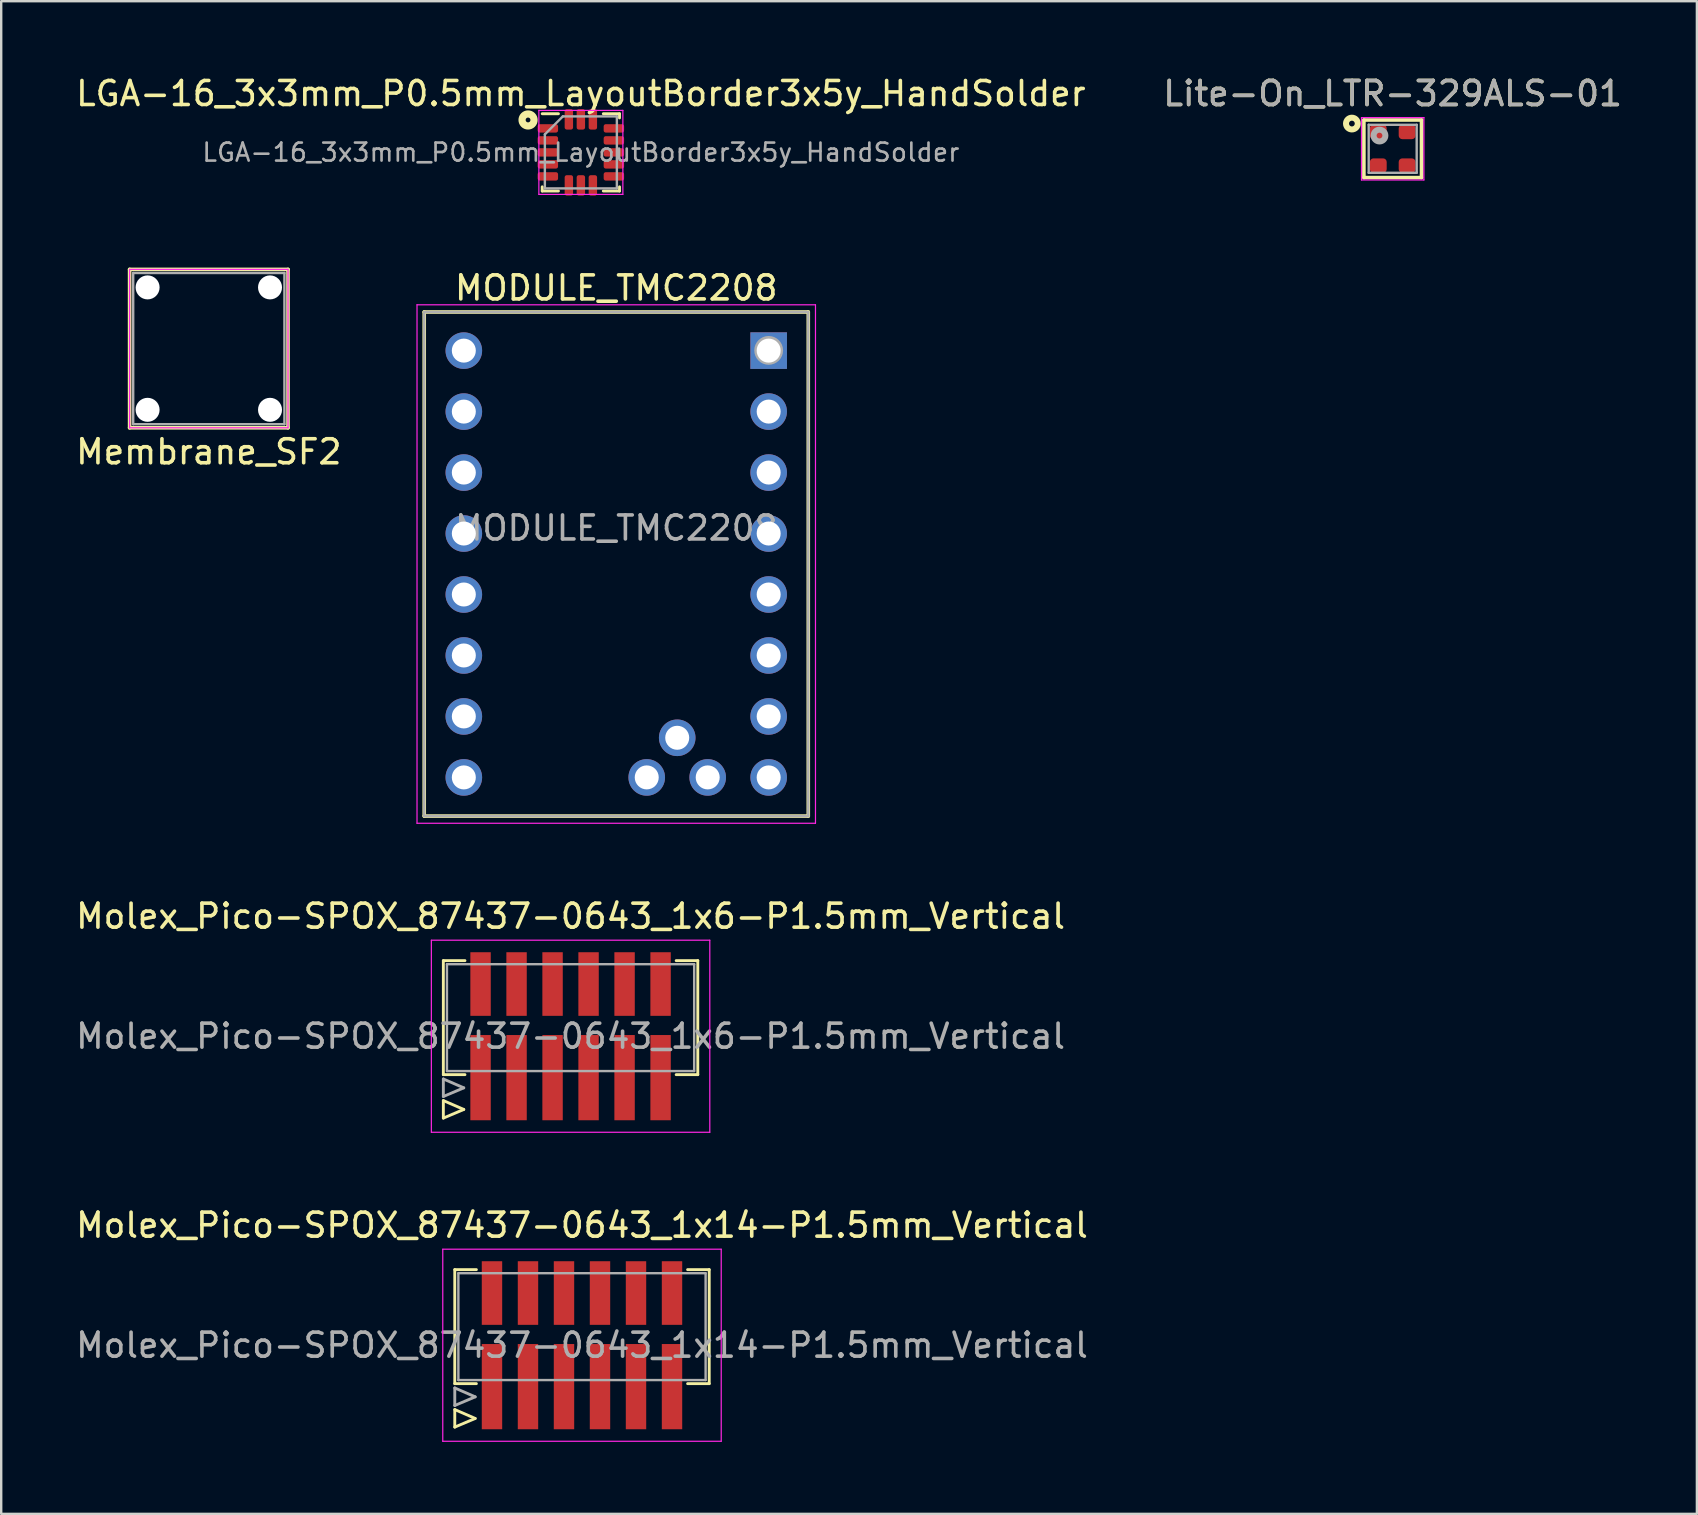
<source format=kicad_pcb>
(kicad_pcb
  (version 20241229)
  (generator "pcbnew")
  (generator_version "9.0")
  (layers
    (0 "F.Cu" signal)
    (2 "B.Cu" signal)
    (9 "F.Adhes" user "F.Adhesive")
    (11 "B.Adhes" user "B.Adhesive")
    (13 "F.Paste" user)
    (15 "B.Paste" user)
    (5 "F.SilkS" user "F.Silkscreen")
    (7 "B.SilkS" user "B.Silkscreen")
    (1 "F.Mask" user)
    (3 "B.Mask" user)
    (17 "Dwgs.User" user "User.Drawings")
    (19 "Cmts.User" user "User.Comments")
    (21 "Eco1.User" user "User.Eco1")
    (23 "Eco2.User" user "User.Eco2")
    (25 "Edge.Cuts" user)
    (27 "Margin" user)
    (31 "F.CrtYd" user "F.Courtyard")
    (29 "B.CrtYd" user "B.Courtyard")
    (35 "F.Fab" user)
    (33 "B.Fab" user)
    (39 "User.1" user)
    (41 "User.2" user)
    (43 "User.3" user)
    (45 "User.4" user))
  (footprint "Lite-On_LTR-329ALS-01"
    (layer "F.Cu")
    (at 54.97 3.148)
    (property "Reference" "Lite-On_LTR-329ALS-01" (at 0 -2.3 0) (layer "F.SilkS") (effects (font (size 1 1) (thickness 0.15))))
    (attr smd)
    (fp_line (start -1.2 -1.2) (end -1.2 1.2) (stroke (width 0.15) (type solid)) (layer "F.SilkS"))
    (fp_line (start -1.2 1.2) (end 1.2 1.2) (stroke (width 0.15) (type solid)) (layer "F.SilkS"))
    (fp_line (start 1.2 -1.2) (end -1.2 -1.2) (stroke (width 0.15) (type solid)) (layer "F.SilkS"))
    (fp_line (start 1.2 -1.2) (end 1.2 1.2) (stroke (width 0.15) (type solid)) (layer "F.SilkS"))
    (fp_circle (center -1.7 -1.05) (end -1.58 -1.05) (stroke (width 0.25) (type solid)) (fill no) (layer "F.SilkS"))
    (fp_line (start -1.3 -1.3) (end -1.3 1.3) (stroke (width 0.05) (type solid)) (layer "F.CrtYd"))
    (fp_line (start -1.3 1.3) (end 1.3 1.3) (stroke (width 0.05) (type solid)) (layer "F.CrtYd"))
    (fp_line (start 1.3 -1.3) (end -1.3 -1.3) (stroke (width 0.05) (type solid)) (layer "F.CrtYd"))
    (fp_line (start 1.3 1.3) (end 1.3 -1.3) (stroke (width 0.05) (type solid)) (layer "F.CrtYd"))
    (fp_line (start -1 -1) (end 1 -1) (stroke (width 0.1) (type solid)) (layer "F.Fab"))
    (fp_line (start -1 1) (end -1 -1) (stroke (width 0.1) (type solid)) (layer "F.Fab"))
    (fp_line (start 1 -1) (end 1 1) (stroke (width 0.1) (type solid)) (layer "F.Fab"))
    (fp_line (start 1 1) (end -1 1) (stroke (width 0.1) (type solid)) (layer "F.Fab"))
    (fp_circle (center -0.55 -0.55) (end -0.43 -0.55) (stroke (width 0.25) (type solid)) (fill no) (layer "F.Fab"))
    (fp_text user "${REFERENCE}" (at 0 -2.3 0) (layer "F.Fab") (effects (font (size 1 1) (thickness 0.15))))
    (pad "1" smd roundrect (at -0.6 -0.7) (size 0.7 0.6) (layers "F.Cu" "F.Mask" "F.Paste") (roundrect_rratio 0.25))
    (pad "2" smd roundrect (at -0.6 0.7) (size 0.7 0.6) (layers "F.Cu" "F.Mask" "F.Paste") (roundrect_rratio 0.25))
    (pad "3" smd roundrect (at 0.6 0.7) (size 0.7 0.6) (layers "F.Cu" "F.Mask" "F.Paste") (roundrect_rratio 0.25))
    (pad "4" smd roundrect (at 0.6 -0.7) (size 0.7 0.6) (layers "F.Cu" "F.Mask" "F.Paste") (roundrect_rratio 0.25)))
  (footprint "Membrane_SF2"
    (layer "F.Cu")
    (at 5.649 11.473)
    (property "Reference" "Membrane_SF2" (at 0 4.3 0) (layer "F.SilkS") (effects (font (size 1 1) (thickness 0.15))))
    (attr exclude_from_pos_files exclude_from_bom)
    (fp_line (start -3.3 3.3) (end -3.3 -3.3) (stroke (width 0.15) (type solid)) (layer "F.SilkS"))
    (fp_line (start 3.3 -3.3) (end -3.3 -3.3) (stroke (width 0.15) (type solid)) (layer "F.SilkS"))
    (fp_line (start 3.3 3.3) (end -3.3 3.3) (stroke (width 0.15) (type solid)) (layer "F.SilkS"))
    (fp_line (start 3.3 3.3) (end 3.3 -3.3) (stroke (width 0.15) (type solid)) (layer "F.SilkS"))
    (fp_line (start -3.3 -3.3) (end 3.3 -3.3) (stroke (width 0.05) (type solid)) (layer "F.CrtYd"))
    (fp_line (start -3.3 3.3) (end -3.3 -3.3) (stroke (width 0.05) (type solid)) (layer "F.CrtYd"))
    (fp_line (start 3.3 -3.3) (end 3.3 3.3) (stroke (width 0.05) (type solid)) (layer "F.CrtYd"))
    (fp_line (start 3.3 3.3) (end -3.3 3.3) (stroke (width 0.05) (type solid)) (layer "F.CrtYd"))
    (fp_line (start -3.15 -3.15) (end -3.15 3.15) (stroke (width 0.1) (type solid)) (layer "F.Fab"))
    (fp_line (start -3.15 3.15) (end 3.15 3.15) (stroke (width 0.1) (type solid)) (layer "F.Fab"))
    (fp_line (start 3.15 -3.15) (end -3.15 -3.15) (stroke (width 0.1) (type solid)) (layer "F.Fab"))
    (fp_line (start 3.15 3.15) (end 3.15 -3.15) (stroke (width 0.1) (type solid)) (layer "F.Fab"))
    (pad "" np_thru_hole circle (at -2.55 -2.55) (size 1 1) (drill 1) (layers "*.Cu" "*.Mask"))
    (pad "" np_thru_hole circle (at -2.55 2.55) (size 1 1) (drill 1) (layers "*.Cu" "*.Mask"))
    (pad "" np_thru_hole circle (at 2.55 -2.55) (size 1 1) (drill 1) (layers "*.Cu" "*.Mask"))
    (pad "" np_thru_hole circle (at 2.55 2.55) (size 1 1) (drill 1) (layers "*.Cu" "*.Mask")))
  (footprint "LGA-16_3x3mm_P0.5mm_LayoutBorder3x5y_HandSolder"
    (layer "F.Cu")
    (at 21.149 3.298)
    (property "Reference" "LGA-16_3x3mm_P0.5mm_LayoutBorder3x5y_HandSolder" (at 0 -2.45 0) (layer "F.SilkS") (effects (font (size 1 1) (thickness 0.15))))
    (attr smd)
    (fp_line (start -1.61 1.61) (end -1.61 1.435) (stroke (width 0.12) (type solid)) (layer "F.SilkS"))
    (fp_line (start -0.935 -1.61) (end -1.61 -1.61) (stroke (width 0.12) (type solid)) (layer "F.SilkS"))
    (fp_line (start -0.935 1.61) (end -1.61 1.61) (stroke (width 0.12) (type solid)) (layer "F.SilkS"))
    (fp_line (start 0.935 -1.61) (end 1.61 -1.61) (stroke (width 0.12) (type solid)) (layer "F.SilkS"))
    (fp_line (start 0.935 1.61) (end 1.61 1.61) (stroke (width 0.12) (type solid)) (layer "F.SilkS"))
    (fp_line (start 1.61 -1.61) (end 1.61 -1.435) (stroke (width 0.12) (type solid)) (layer "F.SilkS"))
    (fp_line (start 1.61 1.61) (end 1.61 1.435) (stroke (width 0.12) (type solid)) (layer "F.SilkS"))
    (fp_circle (center -2.2 -1.35) (end -2.1 -1.35) (stroke (width 0.3) (type solid)) (fill no) (layer "F.SilkS"))
    (fp_line (start -1.75 -1.75) (end -1.75 1.75) (stroke (width 0.05) (type solid)) (layer "F.CrtYd"))
    (fp_line (start -1.75 1.75) (end 1.75 1.75) (stroke (width 0.05) (type solid)) (layer "F.CrtYd"))
    (fp_line (start 1.75 -1.75) (end -1.75 -1.75) (stroke (width 0.05) (type solid)) (layer "F.CrtYd"))
    (fp_line (start 1.75 1.75) (end 1.75 -1.75) (stroke (width 0.05) (type solid)) (layer "F.CrtYd"))
    (fp_line (start -1.5 -0.75) (end -0.75 -1.5) (stroke (width 0.1) (type solid)) (layer "F.Fab"))
    (fp_line (start -1.5 1.5) (end -1.5 -0.75) (stroke (width 0.1) (type solid)) (layer "F.Fab"))
    (fp_line (start -0.75 -1.5) (end 1.5 -1.5) (stroke (width 0.1) (type solid)) (layer "F.Fab"))
    (fp_line (start 1.5 -1.5) (end 1.5 1.5) (stroke (width 0.1) (type solid)) (layer "F.Fab"))
    (fp_line (start 1.5 1.5) (end -1.5 1.5) (stroke (width 0.1) (type solid)) (layer "F.Fab"))
    (fp_text user "${REFERENCE}" (at 0 0 0) (layer "F.Fab") (effects (font (size 0.75 0.75) (thickness 0.11))))
    (pad "1" smd roundrect (at -1.375 -1) (size 0.85 0.35) (layers "F.Cu" "F.Mask" "F.Paste") (roundrect_rratio 0.25))
    (pad "2" smd roundrect (at -1.375 -0.5) (size 0.85 0.35) (layers "F.Cu" "F.Mask" "F.Paste") (roundrect_rratio 0.25))
    (pad "3" smd roundrect (at -1.375 0) (size 0.85 0.35) (layers "F.Cu" "F.Mask" "F.Paste") (roundrect_rratio 0.25))
    (pad "4" smd roundrect (at -1.375 0.5) (size 0.85 0.35) (layers "F.Cu" "F.Mask" "F.Paste") (roundrect_rratio 0.25))
    (pad "5" smd roundrect (at -1.375 1) (size 0.85 0.35) (layers "F.Cu" "F.Mask" "F.Paste") (roundrect_rratio 0.25))
    (pad "6" smd roundrect (at -0.5 1.375) (size 0.35 0.85) (layers "F.Cu" "F.Mask" "F.Paste") (roundrect_rratio 0.25))
    (pad "7" smd roundrect (at 0 1.375) (size 0.35 0.85) (layers "F.Cu" "F.Mask" "F.Paste") (roundrect_rratio 0.25))
    (pad "8" smd roundrect (at 0.5 1.375) (size 0.35 0.85) (layers "F.Cu" "F.Mask" "F.Paste") (roundrect_rratio 0.25))
    (pad "9" smd roundrect (at 1.375 1) (size 0.85 0.35) (layers "F.Cu" "F.Mask" "F.Paste") (roundrect_rratio 0.25))
    (pad "10" smd roundrect (at 1.375 0.5) (size 0.85 0.35) (layers "F.Cu" "F.Mask" "F.Paste") (roundrect_rratio 0.25))
    (pad "11" smd roundrect (at 1.375 0) (size 0.85 0.35) (layers "F.Cu" "F.Mask" "F.Paste") (roundrect_rratio 0.25))
    (pad "12" smd roundrect (at 1.375 -0.5) (size 0.85 0.35) (layers "F.Cu" "F.Mask" "F.Paste") (roundrect_rratio 0.25))
    (pad "13" smd roundrect (at 1.375 -1) (size 0.85 0.35) (layers "F.Cu" "F.Mask" "F.Paste") (roundrect_rratio 0.25))
    (pad "14" smd roundrect (at 0.5 -1.375) (size 0.35 0.85) (layers "F.Cu" "F.Mask" "F.Paste") (roundrect_rratio 0.25))
    (pad "15" smd roundrect (at 0 -1.375) (size 0.35 0.85) (layers "F.Cu" "F.Mask" "F.Paste") (roundrect_rratio 0.25))
    (pad "16" smd roundrect (at -0.5 -1.375) (size 0.35 0.85) (layers "F.Cu" "F.Mask" "F.Paste") (roundrect_rratio 0.25)))
  (footprint "Molex_Pico-SPOX_87437-0643_1x6-P1.5mm_Vertical"
    (layer "F.Cu")
    (at 20.72 40.12)
    (property "Reference" "Molex_Pico-SPOX_87437-0643_1x6-P1.5mm_Vertical" (at 0 -5 0) (layer "F.SilkS") (effects (font (size 1 1) (thickness 0.15))))
    (attr smd)
    (fp_line (start -5.3 -3.15) (end -4.4 -3.15) (stroke (width 0.12) (type solid)) (layer "F.SilkS"))
    (fp_line (start -5.3 1.6) (end -5.3 -3.15) (stroke (width 0.12) (type solid)) (layer "F.SilkS"))
    (fp_line (start -5.3 2.68) (end -5.3 3.41) (stroke (width 0.12) (type solid)) (layer "F.SilkS"))
    (fp_line (start -5.3 3.41) (end -4.45 3.05) (stroke (width 0.12) (type solid)) (layer "F.SilkS"))
    (fp_line (start -4.45 3.05) (end -5.3 2.68) (stroke (width 0.12) (type solid)) (layer "F.SilkS"))
    (fp_line (start -4.4 1.6) (end -5.3 1.6) (stroke (width 0.12) (type solid)) (layer "F.SilkS"))
    (fp_line (start 5.3 -3.15) (end 4.4 -3.15) (stroke (width 0.12) (type solid)) (layer "F.SilkS"))
    (fp_line (start 5.3 -3.15) (end 5.3 1.6) (stroke (width 0.12) (type solid)) (layer "F.SilkS"))
    (fp_line (start 5.3 1.6) (end 4.4 1.6) (stroke (width 0.12) (type solid)) (layer "F.SilkS"))
    (fp_line (start -5.8 -4) (end 5.8 -4) (stroke (width 0.05) (type solid)) (layer "F.CrtYd"))
    (fp_line (start -5.8 4) (end -5.8 -4) (stroke (width 0.05) (type solid)) (layer "F.CrtYd"))
    (fp_line (start 5.8 -4) (end 5.8 4) (stroke (width 0.05) (type solid)) (layer "F.CrtYd"))
    (fp_line (start 5.8 4) (end -5.8 4) (stroke (width 0.05) (type solid)) (layer "F.CrtYd"))
    (fp_line (start -5.3 1.78) (end -5.3 2.51) (stroke (width 0.12) (type solid)) (layer "F.Fab"))
    (fp_line (start -5.3 2.51) (end -4.45 2.15) (stroke (width 0.12) (type solid)) (layer "F.Fab"))
    (fp_line (start -5.15 -3) (end -5.15 1.45) (stroke (width 0.1) (type solid)) (layer "F.Fab"))
    (fp_line (start -5.15 -3) (end 5.15 -3) (stroke (width 0.1) (type solid)) (layer "F.Fab"))
    (fp_line (start -4.45 2.15) (end -5.3 1.78) (stroke (width 0.12) (type solid)) (layer "F.Fab"))
    (fp_line (start 5.15 -3) (end 5.15 1.45) (stroke (width 0.1) (type solid)) (layer "F.Fab"))
    (fp_line (start 5.15 1.45) (end -5.15 1.45) (stroke (width 0.1) (type solid)) (layer "F.Fab"))
    (fp_text user "${REFERENCE}" (at 0 0 0) (layer "F.Fab") (effects (font (size 1 1) (thickness 0.15))))
    (pad "1" smd rect (at -3.75 -2.175 90) (size 2.65 0.85) (layers "F.Cu" "F.Mask" "F.Paste"))
    (pad "1" smd rect (at -3.75 1.725 90) (size 3.55 0.85) (layers "F.Cu" "F.Mask" "F.Paste"))
    (pad "2" smd rect (at -2.25 -2.175 90) (size 2.65 0.85) (layers "F.Cu" "F.Mask" "F.Paste"))
    (pad "2" smd rect (at -2.25 1.725 90) (size 3.55 0.85) (layers "F.Cu" "F.Mask" "F.Paste"))
    (pad "3" smd rect (at -0.75 -2.175 90) (size 2.65 0.85) (layers "F.Cu" "F.Mask" "F.Paste"))
    (pad "3" smd rect (at -0.75 1.725 90) (size 3.55 0.85) (layers "F.Cu" "F.Mask" "F.Paste"))
    (pad "4" smd rect (at 0.75 -2.175 90) (size 2.65 0.85) (layers "F.Cu" "F.Mask" "F.Paste"))
    (pad "4" smd rect (at 0.75 1.725 90) (size 3.55 0.85) (layers "F.Cu" "F.Mask" "F.Paste"))
    (pad "5" smd rect (at 2.25 -2.175 90) (size 2.65 0.85) (layers "F.Cu" "F.Mask" "F.Paste"))
    (pad "5" smd rect (at 2.25 1.725 90) (size 3.55 0.85) (layers "F.Cu" "F.Mask" "F.Paste"))
    (pad "6" smd rect (at 3.75 -2.175 90) (size 2.65 0.85) (layers "F.Cu" "F.Mask" "F.Paste"))
    (pad "6" smd rect (at 3.75 1.725 90) (size 3.55 0.85) (layers "F.Cu" "F.Mask" "F.Paste")))
  (footprint "MODULE_TMC2208"
    (layer "F.Cu")
    (at 22.623 20.447)
    (property "Reference" "MODULE_TMC2208" (at 0 -11.5 0) (layer "F.SilkS") (effects (font (size 1 1) (thickness 0.15))))
    (attr through_hole)
    (fp_line (start -8 -10.5) (end 8 -10.5) (stroke (width 0.15) (type solid)) (layer "F.SilkS"))
    (fp_line (start -8 10.5) (end -8 -10.5) (stroke (width 0.15) (type solid)) (layer "F.SilkS"))
    (fp_line (start -8 10.5) (end 8 10.5) (stroke (width 0.15) (type solid)) (layer "F.SilkS"))
    (fp_line (start 8 10.5) (end 8 -10.5) (stroke (width 0.15) (type solid)) (layer "F.SilkS"))
    (fp_line (start -8.3 -10.8) (end 8.3 -10.8) (stroke (width 0.05) (type solid)) (layer "F.CrtYd"))
    (fp_line (start -8.3 10.8) (end -8.3 -10.8) (stroke (width 0.05) (type solid)) (layer "F.CrtYd"))
    (fp_line (start 8.3 -10.8) (end 8.3 10.8) (stroke (width 0.05) (type solid)) (layer "F.CrtYd"))
    (fp_line (start 8.3 10.8) (end -8.3 10.8) (stroke (width 0.05) (type solid)) (layer "F.CrtYd"))
    (fp_line (start -8 -10.5) (end -8 10.5) (stroke (width 0.1) (type solid)) (layer "F.Fab"))
    (fp_line (start -8 10.5) (end 8 10.5) (stroke (width 0.1) (type solid)) (layer "F.Fab"))
    (fp_line (start 8 -10.5) (end -8 -10.5) (stroke (width 0.1) (type solid)) (layer "F.Fab"))
    (fp_line (start 8 10.5) (end 8 -10.5) (stroke (width 0.1) (type solid)) (layer "F.Fab"))
    (fp_circle (center 6.35 -8.9) (end 6.65 -8.9) (stroke (width 0.6) (type solid)) (fill no) (layer "F.Fab"))
    (fp_text user "${REFERENCE}" (at 0 -1.5 0) (layer "F.Fab") (effects (font (size 1 1) (thickness 0.15))))
    (pad "1" thru_hole rect (at 6.35 -8.89) (size 1.524 1.524) (drill 1) (layers "*.Cu" "*.Mask"))
    (pad "2" thru_hole circle (at 6.35 -6.35) (size 1.524 1.524) (drill 1) (layers "*.Cu" "*.Mask"))
    (pad "3" thru_hole circle (at 6.35 -3.81) (size 1.524 1.524) (drill 1) (layers "*.Cu" "*.Mask"))
    (pad "4" thru_hole circle (at 6.35 -1.27) (size 1.524 1.524) (drill 1) (layers "*.Cu" "*.Mask"))
    (pad "5" thru_hole circle (at 6.35 1.27) (size 1.524 1.524) (drill 1) (layers "*.Cu" "*.Mask"))
    (pad "6" thru_hole circle (at 6.35 3.81) (size 1.524 1.524) (drill 1) (layers "*.Cu" "*.Mask"))
    (pad "7" thru_hole circle (at 6.35 6.35) (size 1.524 1.524) (drill 1) (layers "*.Cu" "*.Mask"))
    (pad "8" thru_hole circle (at 6.35 8.89) (size 1.524 1.524) (drill 1) (layers "*.Cu" "*.Mask"))
    (pad "9" thru_hole circle (at -6.35 8.89) (size 1.524 1.524) (drill 1) (layers "*.Cu" "*.Mask"))
    (pad "10" thru_hole circle (at -6.35 6.35) (size 1.524 1.524) (drill 1) (layers "*.Cu" "*.Mask"))
    (pad "11" thru_hole circle (at -6.35 3.81) (size 1.524 1.524) (drill 1) (layers "*.Cu" "*.Mask"))
    (pad "12" thru_hole circle (at -6.35 1.27) (size 1.524 1.524) (drill 1) (layers "*.Cu" "*.Mask"))
    (pad "13" thru_hole circle (at -6.35 -1.27) (size 1.524 1.524) (drill 1) (layers "*.Cu" "*.Mask"))
    (pad "14" thru_hole circle (at -6.35 -3.81) (size 1.524 1.524) (drill 1) (layers "*.Cu" "*.Mask"))
    (pad "15" thru_hole circle (at -6.35 -6.35) (size 1.524 1.524) (drill 1) (layers "*.Cu" "*.Mask"))
    (pad "16" thru_hole oval (at -6.35 -8.89) (size 1.524 1.524) (drill 1) (layers "*.Cu" "*.Mask"))
    (pad "17" thru_hole circle (at 3.81 8.89) (size 1.524 1.524) (drill 1) (layers "*.Cu" "*.Mask"))
    (pad "18" thru_hole circle (at 2.54 7.239) (size 1.524 1.524) (drill 1) (layers "*.Cu" "*.Mask"))
    (pad "19" thru_hole circle (at 1.27 8.89) (size 1.524 1.524) (drill 1) (layers "*.Cu" "*.Mask")))
  (footprint "Molex_Pico-SPOX_87437-0643_1x14-P1.5mm_Vertical"
    (layer "F.Cu")
    (at 21.196 52.993)
    (property "Reference" "Molex_Pico-SPOX_87437-0643_1x14-P1.5mm_Vertical" (at 0 -5 0) (layer "F.SilkS") (effects (font (size 1 1) (thickness 0.15))))
    (attr smd)
    (fp_line (start -5.3 -3.15) (end -4.4 -3.15) (stroke (width 0.12) (type solid)) (layer "F.SilkS"))
    (fp_line (start -5.3 1.6) (end -5.3 -3.15) (stroke (width 0.12) (type solid)) (layer "F.SilkS"))
    (fp_line (start -5.3 2.68) (end -5.3 3.41) (stroke (width 0.12) (type solid)) (layer "F.SilkS"))
    (fp_line (start -5.3 3.41) (end -4.45 3.05) (stroke (width 0.12) (type solid)) (layer "F.SilkS"))
    (fp_line (start -4.45 3.05) (end -5.3 2.68) (stroke (width 0.12) (type solid)) (layer "F.SilkS"))
    (fp_line (start -4.4 1.6) (end -5.3 1.6) (stroke (width 0.12) (type solid)) (layer "F.SilkS"))
    (fp_line (start 5.3 -3.15) (end 4.4 -3.15) (stroke (width 0.12) (type solid)) (layer "F.SilkS"))
    (fp_line (start 5.3 -3.15) (end 5.3 1.6) (stroke (width 0.12) (type solid)) (layer "F.SilkS"))
    (fp_line (start 5.3 1.6) (end 4.4 1.6) (stroke (width 0.12) (type solid)) (layer "F.SilkS"))
    (fp_line (start -5.8 -4) (end 5.8 -4) (stroke (width 0.05) (type solid)) (layer "F.CrtYd"))
    (fp_line (start -5.8 4) (end -5.8 -4) (stroke (width 0.05) (type solid)) (layer "F.CrtYd"))
    (fp_line (start 5.8 -4) (end 5.8 4) (stroke (width 0.05) (type solid)) (layer "F.CrtYd"))
    (fp_line (start 5.8 4) (end -5.8 4) (stroke (width 0.05) (type solid)) (layer "F.CrtYd"))
    (fp_line (start -5.3 1.78) (end -5.3 2.51) (stroke (width 0.12) (type solid)) (layer "F.Fab"))
    (fp_line (start -5.3 2.51) (end -4.45 2.15) (stroke (width 0.12) (type solid)) (layer "F.Fab"))
    (fp_line (start -5.15 -3) (end -5.15 1.45) (stroke (width 0.1) (type solid)) (layer "F.Fab"))
    (fp_line (start -5.15 -3) (end 5.15 -3) (stroke (width 0.1) (type solid)) (layer "F.Fab"))
    (fp_line (start -4.45 2.15) (end -5.3 1.78) (stroke (width 0.12) (type solid)) (layer "F.Fab"))
    (fp_line (start 5.15 -3) (end 5.15 1.45) (stroke (width 0.1) (type solid)) (layer "F.Fab"))
    (fp_line (start 5.15 1.45) (end -5.15 1.45) (stroke (width 0.1) (type solid)) (layer "F.Fab"))
    (fp_text user "${REFERENCE}" (at 0 0 0) (layer "F.Fab") (effects (font (size 1 1) (thickness 0.15))))
    (pad "1" smd rect (at -3.75 -2.175 90) (size 2.65 0.85) (layers "F.Cu" "F.Mask" "F.Paste"))
    (pad "1" smd rect (at -3.75 1.725 90) (size 3.55 0.85) (layers "F.Cu" "F.Mask" "F.Paste"))
    (pad "2" smd rect (at -2.25 -2.175 90) (size 2.65 0.85) (layers "F.Cu" "F.Mask" "F.Paste"))
    (pad "2" smd rect (at -2.25 1.725 90) (size 3.55 0.85) (layers "F.Cu" "F.Mask" "F.Paste"))
    (pad "3" smd rect (at -0.75 -2.175 90) (size 2.65 0.85) (layers "F.Cu" "F.Mask" "F.Paste"))
    (pad "3" smd rect (at -0.75 1.725 90) (size 3.55 0.85) (layers "F.Cu" "F.Mask" "F.Paste"))
    (pad "4" smd rect (at 0.75 -2.175 90) (size 2.65 0.85) (layers "F.Cu" "F.Mask" "F.Paste"))
    (pad "4" smd rect (at 0.75 1.725 90) (size 3.55 0.85) (layers "F.Cu" "F.Mask" "F.Paste"))
    (pad "5" smd rect (at 2.25 -2.175 90) (size 2.65 0.85) (layers "F.Cu" "F.Mask" "F.Paste"))
    (pad "5" smd rect (at 2.25 1.725 90) (size 3.55 0.85) (layers "F.Cu" "F.Mask" "F.Paste"))
    (pad "6" smd rect (at 3.75 -2.175 90) (size 2.65 0.85) (layers "F.Cu" "F.Mask" "F.Paste"))
    (pad "6" smd rect (at 3.75 1.725 90) (size 3.55 0.85) (layers "F.Cu" "F.Mask" "F.Paste")))
  (gr_rect
    (start -3 -3)
    (end 67.643 60.018)
    (stroke (width 0.1) (type default))
    (fill no)
    (layer "Edge.Cuts")))
</source>
